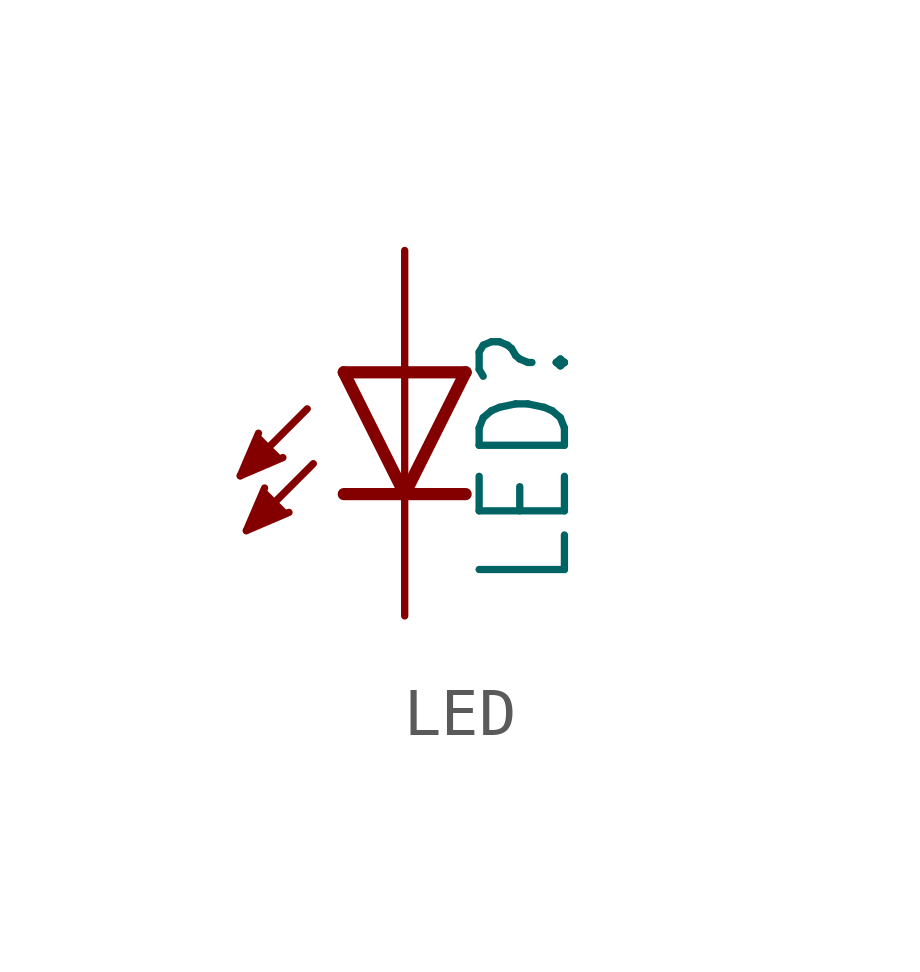
<source format=kicad_sym>
(kicad_symbol_lib
  (version 20241209)
  (generator "kicad_symbol_editor")
  (generator_version "9.0")
  (symbol "LED"
    (property "Reference" "LED"
      (at 3.556 -4.572 90)
      (effects (font (size 1.778 1.511)) (justify left bottom)))
    (property "Value" ""
      (at 5.715 -4.572 90)
      (effects (font (size 1.778 1.511)) (justify left bottom)))
    (property "ki_locked" ""
      (at 0 0 0)
      (effects (font (size 1.27 1.27))))
    (symbol "LED_1_0"
      (polyline (pts (xy -3.048 -1.27) (xy -3.429 -2.159) (xy -2.54 -1.778)) (stroke (width 0.152) (type solid)) (fill (type outline)))
      (polyline (pts (xy -2.921 -2.413) (xy -3.302 -3.302) (xy -2.413 -2.921)) (stroke (width 0.152) (type solid)) (fill (type outline)))
      (polyline (pts (xy -2.032 -0.762) (xy -3.429 -2.159)) (stroke (width 0.152) (type solid)) (fill (type none)))
      (polyline (pts (xy -1.905 -1.905) (xy -3.302 -3.302)) (stroke (width 0.152) (type solid)) (fill (type none)))
      (polyline (pts (xy 0 0) (xy -1.27 0)) (stroke (width 0.254) (type solid)) (fill (type none)))
      (polyline (pts (xy 0 0) (xy 0 -2.54)) (stroke (width 0.152) (type solid)) (fill (type none)))
      (polyline (pts (xy 0 -2.54) (xy -1.27 0)) (stroke (width 0.254) (type solid)) (fill (type none)))
      (polyline (pts (xy 0 -2.54) (xy -1.27 -2.54)) (stroke (width 0.254) (type solid)) (fill (type none)))
      (polyline (pts (xy 1.27 0) (xy 0 0)) (stroke (width 0.254) (type solid)) (fill (type none)))
      (polyline (pts (xy 1.27 0) (xy 0 -2.54)) (stroke (width 0.254) (type solid)) (fill (type none)))
      (polyline (pts (xy 1.27 -2.54) (xy 0 -2.54)) (stroke (width 0.254) (type solid)) (fill (type none)))
      (pin passive line (at 0 2.54 270) (length 2.54) (name "A" (effects (font (size 0 0)))) (number "A" (effects (font (size 0 0)))))
      (pin passive line (at 0 -5.08 90) (length 2.54) (name "C" (effects (font (size 0 0)))) (number "K" (effects (font (size 0 0))))))))
</source>
